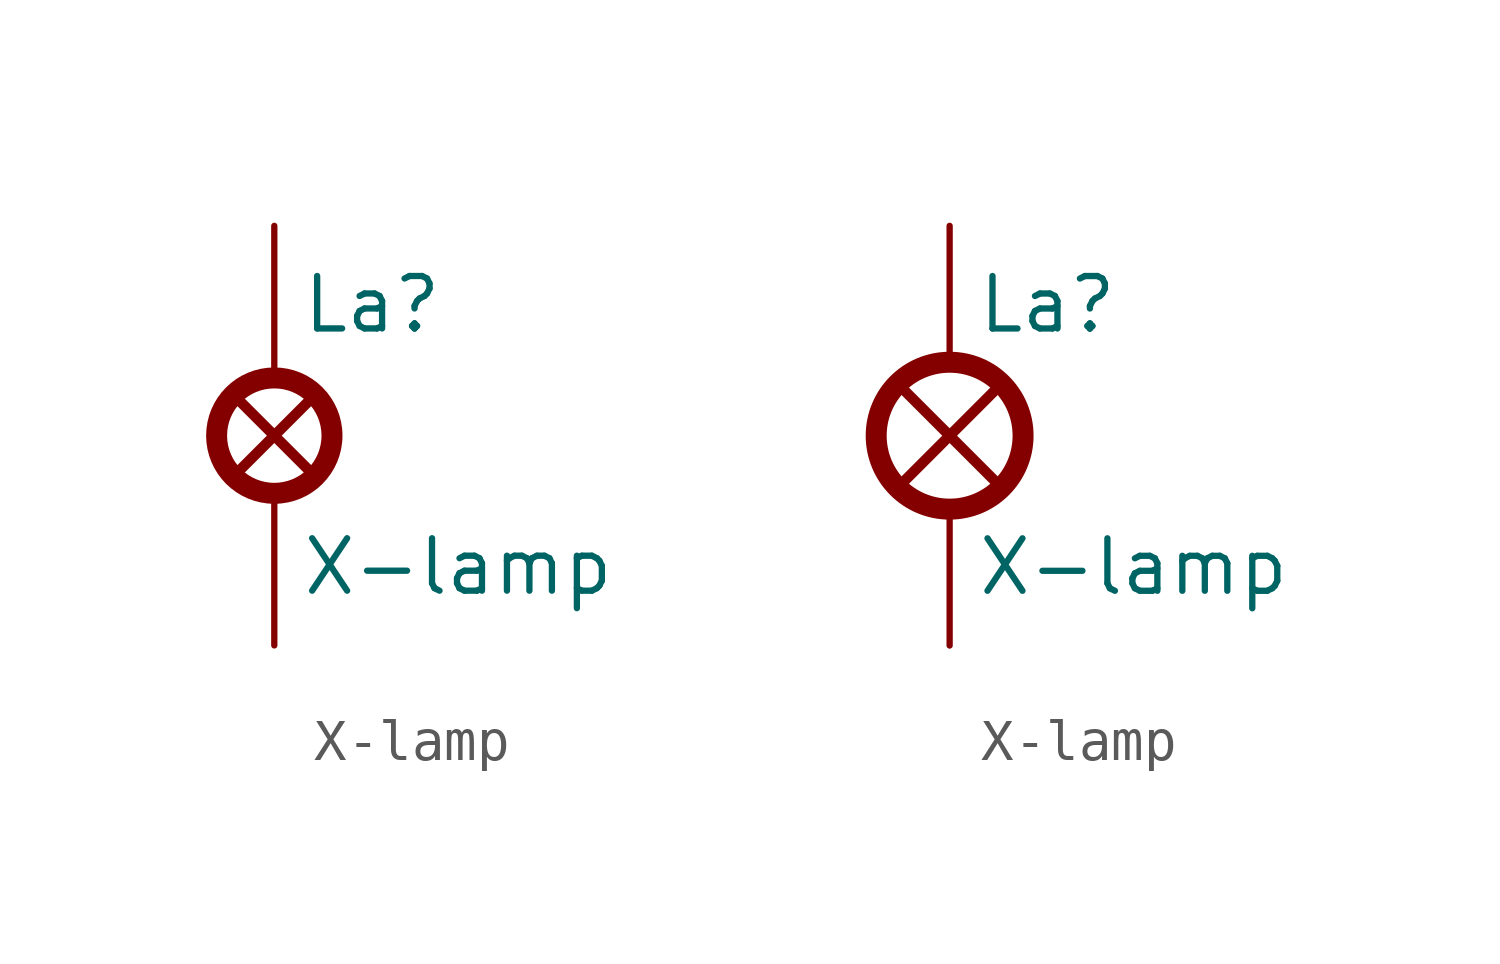
<source format=kicad_sym>
(kicad_symbol_lib
  (version 20211014)
  (generator kicad_symbol_editor)
  (symbol "X-lamp"
    (pin_numbers hide)
    (pin_names
      (offset 0) hide)
    (property "Reference" "La"
      (at 0.635 3.175 0)
      (effects (font (size 1.27 1.27)) (justify left)))
    (property "Value" "X-lamp"
      (at 0.635 -3.175 0)
      (effects (font (size 1.27 1.27)) (justify left)))
    (symbol "X-lamp_1_1"
      (polyline (pts (xy -0.889 -0.889) (xy 0.889 0.889)) (stroke (width 0.254) (type default) (color 0 0 0 0)) (fill (type none)))
      (polyline (pts (xy -0.889 0.889) (xy 0.889 -0.889)) (stroke (width 0.254) (type default) (color 0 0 0 0)) (fill (type none)))
      (circle (center 0 0) (radius 1.397) (stroke (width 0.508) (type default) (color 0 0 0 0)) (fill (type none)))
      (pin passive line (at 0 5.08 270) (length 3.556) (name "+" (effects (font (size 1.27 1.27)))) (number "1" (effects (font (size 1.27 1.27)))))
      (pin passive line (at 0 -5.08 90) (length 3.556) (name "-" (effects (font (size 1.27 1.27)))) (number "2" (effects (font (size 1.27 1.27))))))
    (symbol "X-lamp_1_2"
      (polyline (pts (xy -1.168 -1.168) (xy 1.168 1.168)) (stroke (width 0.254) (type default) (color 0 0 0 0)) (fill (type none)))
      (polyline (pts (xy -1.168 1.168) (xy 1.168 -1.168)) (stroke (width 0.254) (type default) (color 0 0 0 0)) (fill (type none)))
      (circle (center 0 0) (radius 1.778) (stroke (width 0.508) (type default) (color 0 0 0 0)) (fill (type none)))
      (pin passive line (at 0 5.08 270) (length 3.175) (name "+" (effects (font (size 1.27 1.27)))) (number "1" (effects (font (size 1.27 1.27)))))
      (pin passive line (at 0 -5.08 90) (length 3.175) (name "-" (effects (font (size 1.27 1.27)))) (number "2" (effects (font (size 1.27 1.27))))))
    (symbol "X-lamp_1_3"
      (polyline (pts (xy -1.702 -1.702) (xy 1.702 1.702)) (stroke (width 0.254) (type default) (color 0 0 0 0)) (fill (type none)))
      (polyline (pts (xy -1.702 1.702) (xy 1.702 -1.702)) (stroke (width 0.254) (type default) (color 0 0 0 0)) (fill (type none)))
      (circle (center 0 0) (radius 2.54) (stroke (width 0.508) (type default) (color 0 0 0 0)) (fill (type none)))
      (pin passive line (at 0 5.08 270) (length 2.413) (name "+" (effects (font (size 1.27 1.27)))) (number "1" (effects (font (size 1.27 1.27)))))
      (pin passive line (at 0 -5.08 90) (length 2.413) (name "-" (effects (font (size 1.27 1.27)))) (number "2" (effects (font (size 1.27 1.27))))))))
</source>
